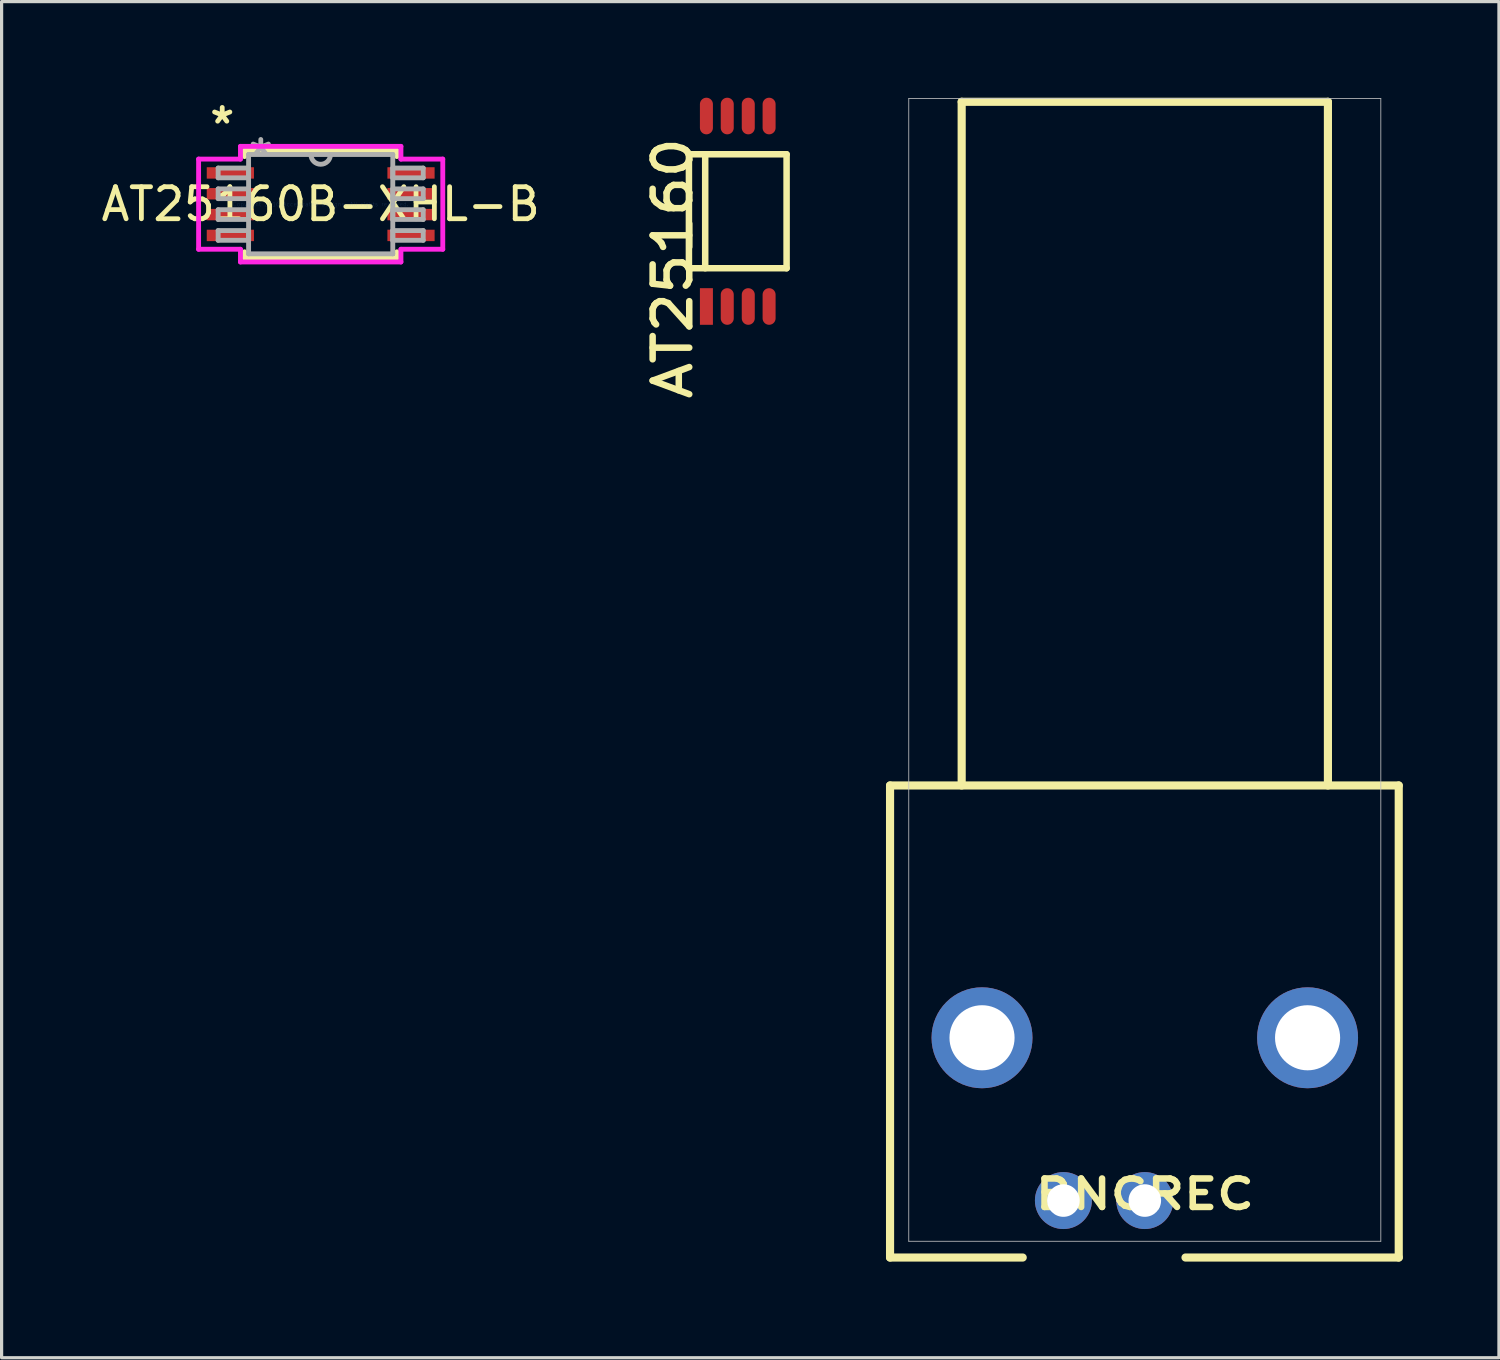
<source format=kicad_pcb>
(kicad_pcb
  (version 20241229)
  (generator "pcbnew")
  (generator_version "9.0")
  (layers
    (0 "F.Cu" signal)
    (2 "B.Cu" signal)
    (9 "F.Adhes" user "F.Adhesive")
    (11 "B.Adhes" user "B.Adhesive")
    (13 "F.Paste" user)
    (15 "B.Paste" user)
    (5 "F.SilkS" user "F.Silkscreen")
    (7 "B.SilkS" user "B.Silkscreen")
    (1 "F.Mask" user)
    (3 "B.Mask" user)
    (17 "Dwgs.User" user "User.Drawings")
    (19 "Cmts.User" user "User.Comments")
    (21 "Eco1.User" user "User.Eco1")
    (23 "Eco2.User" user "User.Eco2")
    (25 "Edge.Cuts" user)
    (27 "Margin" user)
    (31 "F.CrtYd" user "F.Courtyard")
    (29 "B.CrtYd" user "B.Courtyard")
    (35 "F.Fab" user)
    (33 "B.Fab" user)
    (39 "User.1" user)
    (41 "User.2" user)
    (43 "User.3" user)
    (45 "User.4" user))
  (footprint "AT25160B-XHL-B"
    (layer "F.Cu")
    (at 6.958 3.322)
    (property "Reference" "AT25160B-XHL-B" (at 0 0 0) (layer "F.SilkS") (effects (font (size 1 1) (thickness 0.15))))
    (attr through_hole)
    (fp_line (start -2.377 -1.677) (end -2.377 -1.486) (stroke (width 0.152) (type solid)) (layer "F.SilkS"))
    (fp_line (start -2.377 1.486) (end -2.377 1.677) (stroke (width 0.152) (type solid)) (layer "F.SilkS"))
    (fp_line (start -2.377 1.677) (end 2.377 1.677) (stroke (width 0.152) (type solid)) (layer "F.SilkS"))
    (fp_line (start 2.377 -1.677) (end -2.377 -1.677) (stroke (width 0.152) (type solid)) (layer "F.SilkS"))
    (fp_line (start 2.377 -1.486) (end 2.377 -1.677) (stroke (width 0.152) (type solid)) (layer "F.SilkS"))
    (fp_line (start 2.377 1.677) (end 2.377 1.486) (stroke (width 0.152) (type solid)) (layer "F.SilkS"))
    (fp_line (start -3.81 -1.407) (end -2.504 -1.407) (stroke (width 0.152) (type solid)) (layer "F.CrtYd"))
    (fp_line (start -3.81 1.407) (end -3.81 -1.407) (stroke (width 0.152) (type solid)) (layer "F.CrtYd"))
    (fp_line (start -2.504 -1.804) (end 2.504 -1.804) (stroke (width 0.152) (type solid)) (layer "F.CrtYd"))
    (fp_line (start -2.504 -1.407) (end -2.504 -1.804) (stroke (width 0.152) (type solid)) (layer "F.CrtYd"))
    (fp_line (start -2.504 1.407) (end -3.81 1.407) (stroke (width 0.152) (type solid)) (layer "F.CrtYd"))
    (fp_line (start -2.504 1.804) (end -2.504 1.407) (stroke (width 0.152) (type solid)) (layer "F.CrtYd"))
    (fp_line (start 2.504 -1.804) (end 2.504 -1.407) (stroke (width 0.152) (type solid)) (layer "F.CrtYd"))
    (fp_line (start 2.504 -1.407) (end 3.81 -1.407) (stroke (width 0.152) (type solid)) (layer "F.CrtYd"))
    (fp_line (start 2.504 1.407) (end 2.504 1.804) (stroke (width 0.152) (type solid)) (layer "F.CrtYd"))
    (fp_line (start 2.504 1.804) (end -2.504 1.804) (stroke (width 0.152) (type solid)) (layer "F.CrtYd"))
    (fp_line (start 3.81 -1.407) (end 3.81 1.407) (stroke (width 0.152) (type solid)) (layer "F.CrtYd"))
    (fp_line (start 3.81 1.407) (end 2.504 1.407) (stroke (width 0.152) (type solid)) (layer "F.CrtYd"))
    (fp_line (start -3.2 -1.127) (end -3.2 -0.823) (stroke (width 0.152) (type solid)) (layer "F.Fab"))
    (fp_line (start -3.2 -0.823) (end -2.25 -0.823) (stroke (width 0.152) (type solid)) (layer "F.Fab"))
    (fp_line (start -3.2 -0.477) (end -3.2 -0.173) (stroke (width 0.152) (type solid)) (layer "F.Fab"))
    (fp_line (start -3.2 -0.173) (end -2.25 -0.173) (stroke (width 0.152) (type solid)) (layer "F.Fab"))
    (fp_line (start -3.2 0.173) (end -3.2 0.477) (stroke (width 0.152) (type solid)) (layer "F.Fab"))
    (fp_line (start -3.2 0.477) (end -2.25 0.477) (stroke (width 0.152) (type solid)) (layer "F.Fab"))
    (fp_line (start -3.2 0.823) (end -3.2 1.127) (stroke (width 0.152) (type solid)) (layer "F.Fab"))
    (fp_line (start -3.2 1.127) (end -2.25 1.127) (stroke (width 0.152) (type solid)) (layer "F.Fab"))
    (fp_line (start -2.25 -1.55) (end -2.25 1.55) (stroke (width 0.152) (type solid)) (layer "F.Fab"))
    (fp_line (start -2.25 -1.127) (end -3.2 -1.127) (stroke (width 0.152) (type solid)) (layer "F.Fab"))
    (fp_line (start -2.25 -0.823) (end -2.25 -1.127) (stroke (width 0.152) (type solid)) (layer "F.Fab"))
    (fp_line (start -2.25 -0.477) (end -3.2 -0.477) (stroke (width 0.152) (type solid)) (layer "F.Fab"))
    (fp_line (start -2.25 -0.173) (end -2.25 -0.477) (stroke (width 0.152) (type solid)) (layer "F.Fab"))
    (fp_line (start -2.25 0.173) (end -3.2 0.173) (stroke (width 0.152) (type solid)) (layer "F.Fab"))
    (fp_line (start -2.25 0.477) (end -2.25 0.173) (stroke (width 0.152) (type solid)) (layer "F.Fab"))
    (fp_line (start -2.25 0.823) (end -3.2 0.823) (stroke (width 0.152) (type solid)) (layer "F.Fab"))
    (fp_line (start -2.25 1.127) (end -2.25 0.823) (stroke (width 0.152) (type solid)) (layer "F.Fab"))
    (fp_line (start -2.25 1.55) (end 2.25 1.55) (stroke (width 0.152) (type solid)) (layer "F.Fab"))
    (fp_line (start 2.25 -1.55) (end -2.25 -1.55) (stroke (width 0.152) (type solid)) (layer "F.Fab"))
    (fp_line (start 2.25 -1.127) (end 2.25 -0.823) (stroke (width 0.152) (type solid)) (layer "F.Fab"))
    (fp_line (start 2.25 -0.823) (end 3.2 -0.823) (stroke (width 0.152) (type solid)) (layer "F.Fab"))
    (fp_line (start 2.25 -0.477) (end 2.25 -0.173) (stroke (width 0.152) (type solid)) (layer "F.Fab"))
    (fp_line (start 2.25 -0.173) (end 3.2 -0.173) (stroke (width 0.152) (type solid)) (layer "F.Fab"))
    (fp_line (start 2.25 0.173) (end 2.25 0.477) (stroke (width 0.152) (type solid)) (layer "F.Fab"))
    (fp_line (start 2.25 0.477) (end 3.2 0.477) (stroke (width 0.152) (type solid)) (layer "F.Fab"))
    (fp_line (start 2.25 0.823) (end 2.25 1.127) (stroke (width 0.152) (type solid)) (layer "F.Fab"))
    (fp_line (start 2.25 1.127) (end 3.2 1.127) (stroke (width 0.152) (type solid)) (layer "F.Fab"))
    (fp_line (start 2.25 1.55) (end 2.25 -1.55) (stroke (width 0.152) (type solid)) (layer "F.Fab"))
    (fp_line (start 3.2 -1.127) (end 2.25 -1.127) (stroke (width 0.152) (type solid)) (layer "F.Fab"))
    (fp_line (start 3.2 -0.823) (end 3.2 -1.127) (stroke (width 0.152) (type solid)) (layer "F.Fab"))
    (fp_line (start 3.2 -0.477) (end 2.25 -0.477) (stroke (width 0.152) (type solid)) (layer "F.Fab"))
    (fp_line (start 3.2 -0.173) (end 3.2 -0.477) (stroke (width 0.152) (type solid)) (layer "F.Fab"))
    (fp_line (start 3.2 0.173) (end 2.25 0.173) (stroke (width 0.152) (type solid)) (layer "F.Fab"))
    (fp_line (start 3.2 0.477) (end 3.2 0.173) (stroke (width 0.152) (type solid)) (layer "F.Fab"))
    (fp_line (start 3.2 0.823) (end 2.25 0.823) (stroke (width 0.152) (type solid)) (layer "F.Fab"))
    (fp_line (start 3.2 1.127) (end 3.2 0.823) (stroke (width 0.152) (type solid)) (layer "F.Fab"))
    (fp_arc (start 0.3048 -1.549999) (mid 0 -1.245199) (end -0.3048 -1.549999) (stroke (width 0.1524) (type solid)) (layer "F.Fab"))
    (fp_text user "*" (at -3.073 -2.474 0) (layer "F.SilkS") (effects (font (size 1 1) (thickness 0.15))))
    (fp_text user "Copyright 2016 Accelerated Designs. All rights reserved." (at 0 0 0) (layer "Cmts.User") (effects (font (size 0.127 0.127) (thickness 0.002))))
    (fp_text user "*" (at -1.869 -1.474 0) (layer "F.Fab") (effects (font (size 1 1) (thickness 0.15))))
    (pad "1" smd rect (at -2.819 -0.975) (size 1.473 0.356) (layers "F.Cu" "F.Mask" "F.Paste"))
    (pad "2" smd rect (at -2.819 -0.325) (size 1.473 0.356) (layers "F.Cu" "F.Mask" "F.Paste"))
    (pad "3" smd rect (at -2.819 0.325) (size 1.473 0.356) (layers "F.Cu" "F.Mask" "F.Paste"))
    (pad "4" smd rect (at -2.819 0.975) (size 1.473 0.356) (layers "F.Cu" "F.Mask" "F.Paste"))
    (pad "5" smd rect (at 2.819 0.975) (size 1.473 0.356) (layers "F.Cu" "F.Mask" "F.Paste"))
    (pad "6" smd rect (at 2.819 0.325) (size 1.473 0.356) (layers "F.Cu" "F.Mask" "F.Paste"))
    (pad "7" smd rect (at 2.819 -0.325) (size 1.473 0.356) (layers "F.Cu" "F.Mask" "F.Paste"))
    (pad "8" smd rect (at 2.819 -0.975) (size 1.473 0.356) (layers "F.Cu" "F.Mask" "F.Paste")))
  (footprint "BNCREC"
    (layer "F.Cu")
    (at 32.677 34.417)
    (property "Reference" "BNCREC" (at 0 -0.201 0) (layer "F.SilkS") (effects (font (size 0.889 1.143) (thickness 0.203))))
    (attr through_hole)
    (fp_line (start -7.95 -12.954) (end 7.925 -12.954) (stroke (width 0.254) (type solid)) (layer "F.SilkS"))
    (fp_line (start -7.95 1.778) (end -7.95 -12.954) (stroke (width 0.254) (type solid)) (layer "F.SilkS"))
    (fp_line (start -5.715 -34.29) (end 5.715 -34.29) (stroke (width 0.254) (type solid)) (layer "F.SilkS"))
    (fp_line (start -5.715 -12.954) (end -5.715 -34.29) (stroke (width 0.254) (type solid)) (layer "F.SilkS"))
    (fp_line (start -3.81 1.778) (end -7.95 1.778) (stroke (width 0.254) (type solid)) (layer "F.SilkS"))
    (fp_line (start 5.715 -34.29) (end 5.715 -12.954) (stroke (width 0.254) (type solid)) (layer "F.SilkS"))
    (fp_line (start 7.925 -12.954) (end 7.925 1.778) (stroke (width 0.254) (type solid)) (layer "F.SilkS"))
    (fp_line (start 7.925 1.778) (end 1.27 1.778) (stroke (width 0.254) (type solid)) (layer "F.SilkS"))
    (fp_line (start -7.366 -34.392) (end 7.366 -34.392) (stroke (width 0.025) (type solid)) (layer "Dwgs.User"))
    (fp_line (start -7.366 1.27) (end -7.366 -34.392) (stroke (width 0.025) (type solid)) (layer "Dwgs.User"))
    (fp_line (start 7.366 -34.392) (end 7.366 1.27) (stroke (width 0.025) (type solid)) (layer "Dwgs.User"))
    (fp_line (start 7.366 1.27) (end -7.366 1.27) (stroke (width 0.025) (type solid)) (layer "Dwgs.User"))
    (fp_line (start -7.95 -12.954) (end 7.925 -12.954) (stroke (width 0.254) (type solid)) (layer "Eco1.User"))
    (fp_line (start -7.95 1.778) (end -7.95 -12.954) (stroke (width 0.254) (type solid)) (layer "Eco1.User"))
    (fp_line (start -5.715 -34.29) (end 5.715 -34.29) (stroke (width 0.254) (type solid)) (layer "Eco1.User"))
    (fp_line (start -5.715 -12.954) (end -5.715 -34.29) (stroke (width 0.254) (type solid)) (layer "Eco1.User"))
    (fp_line (start -3.81 1.778) (end -7.95 1.778) (stroke (width 0.254) (type solid)) (layer "Eco1.User"))
    (fp_line (start 5.715 -34.29) (end 5.715 -12.954) (stroke (width 0.254) (type solid)) (layer "Eco1.User"))
    (fp_line (start 7.925 -12.954) (end 7.925 1.778) (stroke (width 0.254) (type solid)) (layer "Eco1.User"))
    (fp_line (start 7.925 1.778) (end 1.27 1.778) (stroke (width 0.254) (type solid)) (layer "Eco1.User"))
    (pad "1" thru_hole circle (at 0 0) (size 1.778 1.778) (drill 1.016) (layers "*.Cu" "*.Mask" "Eco1.User" "Eco2.User"))
    (pad "2" thru_hole circle (at -2.54 0) (size 1.778 1.778) (drill 1.016) (layers "*.Cu" "*.Mask" "Eco1.User" "Eco2.User"))
    (pad "3" thru_hole circle (at -5.08 -5.08) (size 3.15 3.15) (drill 2.032) (layers "*.Cu" "*.Mask" "Eco1.User" "Eco2.User"))
    (pad "4" thru_hole circle (at 5.08 -5.08) (size 3.15 3.15) (drill 2.032) (layers "*.Cu" "*.Mask" "Eco1.User" "Eco2.User")))
  (footprint "AT25160"
    (layer "F.Cu")
    (at 19.974 3.543)
    (property "Reference" "AT25160" (at -2.032 1.778 90) (layer "F.SilkS") (effects (font (size 1.143 1.27) (thickness 0.203))))
    (attr smd)
    (fp_line (start -1.524 -1.778) (end -1.524 1.778) (stroke (width 0.203) (type solid)) (layer "F.SilkS"))
    (fp_line (start -1.524 1.778) (end 1.524 1.778) (stroke (width 0.203) (type solid)) (layer "F.SilkS"))
    (fp_line (start -1.016 1.778) (end -1.016 -1.778) (stroke (width 0.203) (type solid)) (layer "F.SilkS"))
    (fp_line (start 1.524 -1.778) (end -1.524 -1.778) (stroke (width 0.203) (type solid)) (layer "F.SilkS"))
    (fp_line (start 1.524 1.778) (end 1.524 -1.778) (stroke (width 0.203) (type solid)) (layer "F.SilkS"))
    (fp_line (start -1.524 -1.778) (end 1.524 -1.778) (stroke (width 0.203) (type solid)) (layer "Eco1.User"))
    (fp_line (start -1.524 1.778) (end -1.524 -1.778) (stroke (width 0.203) (type solid)) (layer "Eco1.User"))
    (fp_line (start -1.016 -1.778) (end -1.016 1.778) (stroke (width 0.203) (type solid)) (layer "Eco1.User"))
    (fp_line (start 1.524 -1.778) (end 1.524 1.778) (stroke (width 0.203) (type solid)) (layer "Eco1.User"))
    (fp_line (start 1.524 1.778) (end -1.524 1.778) (stroke (width 0.203) (type solid)) (layer "Eco1.User"))
    (pad "1" smd rect (at -0.978 2.972 90) (size 1.143 0.406) (layers "F.Cu" "F.Mask" "F.Paste" "Eco1.User"))
    (pad "2" smd oval (at -0.328 2.972 90) (size 1.143 0.406) (layers "F.Cu" "F.Mask" "F.Paste" "Eco1.User"))
    (pad "3" smd oval (at 0.328 2.972 90) (size 1.143 0.406) (layers "F.Cu" "F.Mask" "F.Paste" "Eco1.User"))
    (pad "4" smd oval (at 0.978 2.972 90) (size 1.143 0.406) (layers "F.Cu" "F.Mask" "F.Paste" "Eco1.User"))
    (pad "5" smd oval (at 0.978 -2.972 90) (size 1.143 0.406) (layers "F.Cu" "F.Mask" "F.Paste" "Eco1.User"))
    (pad "6" smd oval (at 0.328 -2.972 90) (size 1.143 0.406) (layers "F.Cu" "F.Mask" "F.Paste" "Eco1.User"))
    (pad "7" smd oval (at -0.328 -2.972 90) (size 1.143 0.406) (layers "F.Cu" "F.Mask" "F.Paste" "Eco1.User"))
    (pad "8" smd oval (at -0.978 -2.972 90) (size 1.143 0.406) (layers "F.Cu" "F.Mask" "F.Paste" "Eco1.User")))
  (gr_rect
    (start -3 -3)
    (end 43.729 39.322)
    (stroke (width 0.1) (type default))
    (fill no)
    (layer "Edge.Cuts")))
</source>
